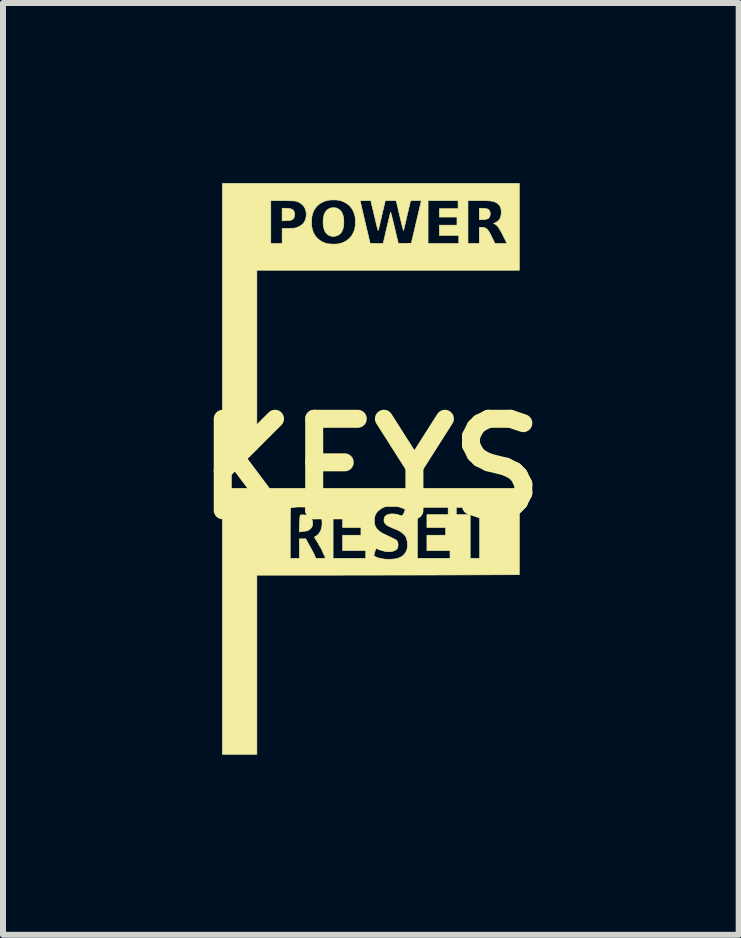
<source format=kicad_pcb>
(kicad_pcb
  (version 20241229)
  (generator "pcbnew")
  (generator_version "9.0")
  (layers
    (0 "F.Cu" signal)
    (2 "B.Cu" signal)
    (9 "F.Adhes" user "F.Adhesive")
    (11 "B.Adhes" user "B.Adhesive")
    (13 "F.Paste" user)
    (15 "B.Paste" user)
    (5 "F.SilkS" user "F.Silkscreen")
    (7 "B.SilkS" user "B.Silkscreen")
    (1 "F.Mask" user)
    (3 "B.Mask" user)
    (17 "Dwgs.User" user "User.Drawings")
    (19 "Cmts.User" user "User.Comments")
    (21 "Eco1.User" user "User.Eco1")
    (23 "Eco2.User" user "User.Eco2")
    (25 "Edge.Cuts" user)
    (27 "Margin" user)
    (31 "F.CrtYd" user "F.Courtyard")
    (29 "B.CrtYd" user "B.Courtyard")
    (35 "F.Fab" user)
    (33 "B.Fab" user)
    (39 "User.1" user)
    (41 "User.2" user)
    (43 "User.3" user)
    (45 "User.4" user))
  (footprint "KEYS"
    (layer "F.Cu")
    (at 3.128 4.761)
    (property "Reference" "KEYS" (at 0 0 0) (layer "F.SilkS") (effects (font (size 1.524 1.524) (thickness 0.3))))
    (attr through_hole)
    (fp_poly (pts (xy -1.409 -4.34) (xy -1.367 -4.338) (xy -1.335 -4.332) (xy -1.311 -4.323) (xy -1.294 -4.31) (xy -1.281 -4.292) (xy -1.273 -4.266) (xy -1.27 -4.235) (xy -1.274 -4.204) (xy -1.281 -4.183) (xy -1.294 -4.165) (xy -1.311 -4.152) (xy -1.335 -4.143) (xy -1.367 -4.137) (xy -1.409 -4.135) (xy -1.478 -4.132) (xy -1.478 -4.343) (xy -1.409 -4.34)) (stroke (width 0.01) (type solid)) (fill yes) (layer "F.SilkS"))
    (fp_poly (pts (xy 1.87 -4.34) (xy 1.908 -4.337) (xy 1.936 -4.332) (xy 1.956 -4.324) (xy 1.97 -4.311) (xy 1.98 -4.293) (xy 1.982 -4.288) (xy 1.989 -4.259) (xy 1.988 -4.228) (xy 1.98 -4.201) (xy 1.973 -4.189) (xy 1.96 -4.174) (xy 1.942 -4.164) (xy 1.918 -4.158) (xy 1.885 -4.154) (xy 1.867 -4.153) (xy 1.807 -4.151) (xy 1.807 -4.343) (xy 1.87 -4.34)) (stroke (width 0.01) (type solid)) (fill yes) (layer "F.SilkS"))
    (fp_poly (pts (xy -1.077 0.771) (xy -1.037 0.783) (xy -1.007 0.803) (xy -0.985 0.832) (xy -0.973 0.868) (xy -0.97 0.904) (xy -0.972 0.936) (xy -0.979 0.96) (xy -0.992 0.982) (xy -1.012 1.002) (xy -1.03 1.017) (xy -1.051 1.027) (xy -1.077 1.035) (xy -1.113 1.04) (xy -1.12 1.041) (xy -1.144 1.044) (xy -1.165 1.047) (xy -1.175 1.048) (xy -1.192 1.052) (xy -1.188 0.926) (xy -1.186 0.887) (xy -1.185 0.851) (xy -1.183 0.821) (xy -1.181 0.798) (xy -1.179 0.784) (xy -1.179 0.783) (xy -1.176 0.775) (xy -1.172 0.77) (xy -1.163 0.767) (xy -1.146 0.766) (xy -1.126 0.766) (xy -1.077 0.771)) (stroke (width 0.01) (type solid)) (fill yes) (layer "F.SilkS"))
    (fp_poly (pts (xy -0.596 -4.349) (xy -0.577 -4.346) (xy -0.559 -4.34) (xy -0.544 -4.332) (xy -0.51 -4.307) (xy -0.484 -4.273) (xy -0.465 -4.23) (xy -0.454 -4.178) (xy -0.45 -4.116) (xy -0.45 -4.112) (xy -0.453 -4.049) (xy -0.465 -3.996) (xy -0.483 -3.952) (xy -0.51 -3.918) (xy -0.542 -3.894) (xy -0.574 -3.881) (xy -0.61 -3.874) (xy -0.645 -3.874) (xy -0.664 -3.877) (xy -0.704 -3.893) (xy -0.737 -3.919) (xy -0.763 -3.954) (xy -0.781 -3.999) (xy -0.792 -4.053) (xy -0.796 -4.112) (xy -0.792 -4.175) (xy -0.781 -4.227) (xy -0.763 -4.27) (xy -0.738 -4.305) (xy -0.704 -4.33) (xy -0.702 -4.332) (xy -0.682 -4.342) (xy -0.664 -4.347) (xy -0.643 -4.35) (xy -0.623 -4.35) (xy -0.596 -4.349)) (stroke (width 0.01) (type solid)) (fill yes) (layer "F.SilkS"))
    (fp_poly (pts (xy 2.473 1.763) (xy 1.351 1.767) (xy 1.213 1.767) (xy 1.066 1.768) (xy 0.911 1.768) (xy 0.75 1.768) (xy 0.584 1.769) (xy 0.415 1.769) (xy 0.245 1.769) (xy 0.076 1.77) (xy -0.091 1.77) (xy -0.255 1.77) (xy -0.412 1.77) (xy -0.563 1.771) (xy -0.705 1.771) (xy -0.835 1.771) (xy -1.899 1.771) (xy -1.899 4.756) (xy -2.473 4.756) (xy -2.473 1.49) (xy -1.343 1.49) (xy -1.191 1.49) (xy -1.191 1.166) (xy -1.137 1.166) (xy -1.084 1.166) (xy -1.016 1.29) (xy -0.996 1.326) (xy -0.978 1.359) (xy -0.963 1.388) (xy -0.952 1.411) (xy -0.945 1.425) (xy -0.943 1.429) (xy -0.937 1.444) (xy -0.929 1.463) (xy -0.927 1.467) (xy -0.916 1.49) (xy -0.836 1.49) (xy -0.801 1.489) (xy -0.776 1.488) (xy -0.761 1.486) (xy -0.757 1.484) (xy -0.76 1.475) (xy -0.766 1.46) (xy -0.775 1.442) (xy -0.787 1.416) (xy -0.801 1.387) (xy -0.808 1.37) (xy -0.819 1.345) (xy -0.832 1.32) (xy -0.841 1.306) (xy -0.855 1.284) (xy -0.869 1.259) (xy -0.875 1.247) (xy -0.887 1.225) (xy -0.903 1.199) (xy -0.916 1.178) (xy -0.928 1.159) (xy -0.936 1.144) (xy -0.94 1.137) (xy -0.94 1.136) (xy -0.935 1.132) (xy -0.923 1.125) (xy -0.921 1.124) (xy -0.889 1.103) (xy -0.861 1.073) (xy -0.838 1.033) (xy -0.821 0.987) (xy -0.818 0.971) (xy -0.815 0.949) (xy -0.813 0.919) (xy -0.813 0.887) (xy -0.813 0.876) (xy -0.818 0.828) (xy -0.829 0.788) (xy -0.846 0.753) (xy -0.871 0.72) (xy -0.874 0.717) (xy -0.901 0.692) (xy -0.93 0.672) (xy -0.964 0.658) (xy -1.005 0.647) (xy -1.035 0.642) (xy -1.045 0.641) (xy -0.629 0.641) (xy -0.629 1.49) (xy -0.085 1.49) (xy -0.085 1.442) (xy 0.052 1.442) (xy 0.052 1.447) (xy 0.062 1.456) (xy 0.081 1.466) (xy 0.107 1.477) (xy 0.135 1.486) (xy 0.159 1.492) (xy 0.233 1.504) (xy 0.308 1.507) (xy 0.385 1.502) (xy 0.444 1.492) (xy 0.494 1.472) (xy 0.536 1.445) (xy 0.569 1.409) (xy 0.594 1.364) (xy 0.6 1.347) (xy 0.609 1.308) (xy 0.611 1.264) (xy 0.608 1.219) (xy 0.599 1.176) (xy 0.586 1.138) (xy 0.573 1.117) (xy 0.551 1.091) (xy 0.52 1.065) (xy 0.484 1.04) (xy 0.448 1.02) (xy 0.431 1.013) (xy 0.403 1.002) (xy 0.376 0.991) (xy 0.354 0.982) (xy 0.351 0.98) (xy 0.328 0.97) (xy 0.303 0.959) (xy 0.294 0.955) (xy 0.271 0.942) (xy 0.249 0.923) (xy 0.231 0.902) (xy 0.221 0.881) (xy 0.219 0.872) (xy 0.22 0.836) (xy 0.226 0.81) (xy 0.238 0.79) (xy 0.257 0.774) (xy 0.271 0.766) (xy 0.303 0.755) (xy 0.342 0.75) (xy 0.385 0.751) (xy 0.429 0.757) (xy 0.461 0.766) (xy 0.488 0.775) (xy 0.507 0.78) (xy 0.519 0.78) (xy 0.528 0.775) (xy 0.536 0.765) (xy 0.536 0.765) (xy 0.545 0.749) (xy 0.554 0.729) (xy 0.562 0.708) (xy 0.568 0.689) (xy 0.57 0.675) (xy 0.57 0.671) (xy 0.562 0.667) (xy 0.546 0.66) (xy 0.523 0.652) (xy 0.507 0.646) (xy 0.492 0.641) (xy 0.775 0.641) (xy 0.775 1.49) (xy 1.319 1.49) (xy 1.319 1.362) (xy 0.934 1.362) (xy 0.934 1.105) (xy 1.246 1.105) (xy 1.246 0.977) (xy 0.934 0.977) (xy 0.934 0.763) (xy 1.288 0.763) (xy 1.288 0.641) (xy 1.423 0.641) (xy 1.423 0.763) (xy 1.655 0.763) (xy 1.655 1.49) (xy 1.813 1.49) (xy 1.813 0.763) (xy 2.045 0.763) (xy 2.045 0.641) (xy 1.423 0.641) (xy 1.288 0.641) (xy 0.775 0.641) (xy 0.492 0.641) (xy 0.485 0.639) (xy 0.467 0.633) (xy 0.45 0.63) (xy 0.432 0.628) (xy 0.409 0.627) (xy 0.379 0.626) (xy 0.348 0.626) (xy 0.309 0.626) (xy 0.28 0.627) (xy 0.259 0.628) (xy 0.242 0.631) (xy 0.228 0.634) (xy 0.214 0.639) (xy 0.214 0.64) (xy 0.179 0.657) (xy 0.145 0.682) (xy 0.114 0.709) (xy 0.092 0.735) (xy 0.071 0.775) (xy 0.06 0.821) (xy 0.057 0.871) (xy 0.063 0.921) (xy 0.071 0.949) (xy 0.086 0.979) (xy 0.11 1.009) (xy 0.142 1.038) (xy 0.178 1.064) (xy 0.211 1.082) (xy 0.255 1.102) (xy 0.296 1.122) (xy 0.335 1.14) (xy 0.368 1.157) (xy 0.394 1.17) (xy 0.413 1.18) (xy 0.422 1.186) (xy 0.432 1.197) (xy 0.442 1.21) (xy 0.449 1.229) (xy 0.453 1.255) (xy 0.452 1.283) (xy 0.448 1.309) (xy 0.442 1.325) (xy 0.423 1.345) (xy 0.395 1.362) (xy 0.36 1.374) (xy 0.32 1.38) (xy 0.278 1.38) (xy 0.266 1.379) (xy 0.233 1.373) (xy 0.196 1.364) (xy 0.16 1.353) (xy 0.128 1.342) (xy 0.114 1.336) (xy 0.098 1.329) (xy 0.089 1.328) (xy 0.085 1.332) (xy 0.079 1.343) (xy 0.073 1.362) (xy 0.066 1.384) (xy 0.059 1.407) (xy 0.054 1.428) (xy 0.052 1.442) (xy -0.085 1.442) (xy -0.085 1.362) (xy -0.47 1.362) (xy -0.47 1.105) (xy -0.165 1.105) (xy -0.165 0.977) (xy -0.47 0.977) (xy -0.47 0.763) (xy -0.122 0.763) (xy -0.122 0.641) (xy -0.629 0.641) (xy -1.045 0.641) (xy -1.071 0.638) (xy -1.111 0.636) (xy -1.152 0.635) (xy -1.194 0.635) (xy -1.234 0.636) (xy -1.27 0.639) (xy -1.301 0.642) (xy -1.323 0.647) (xy -1.336 0.653) (xy -1.338 0.655) (xy -1.339 0.662) (xy -1.34 0.68) (xy -1.34 0.709) (xy -1.341 0.747) (xy -1.342 0.793) (xy -1.342 0.846) (xy -1.343 0.905) (xy -1.343 0.969) (xy -1.343 1.038) (xy -1.343 1.076) (xy -1.343 1.49) (xy -2.473 1.49) (xy -2.473 0.324) (xy 2.473 0.324) (xy 2.473 1.763)) (stroke (width 0.01) (type solid)) (fill yes) (layer "F.SilkS"))
    (fp_poly (pts (xy 2.473 -3.309) (xy -1.899 -3.309) (xy -1.899 -0.324) (xy -2.473 -0.324) (xy -2.473 -3.755) (xy -1.667 -3.755) (xy -1.478 -3.755) (xy -1.478 -4.004) (xy -1.369 -4.007) (xy -1.329 -4.008) (xy -1.298 -4.009) (xy -1.274 -4.011) (xy -1.256 -4.014) (xy -1.241 -4.018) (xy -1.226 -4.023) (xy -1.224 -4.024) (xy -1.174 -4.048) (xy -1.135 -4.078) (xy -1.108 -4.112) (xy -0.989 -4.112) (xy -0.986 -4.049) (xy -0.976 -3.992) (xy -0.958 -3.94) (xy -0.949 -3.921) (xy -0.918 -3.871) (xy -0.877 -3.828) (xy -0.829 -3.793) (xy -0.774 -3.766) (xy -0.727 -3.752) (xy -0.689 -3.747) (xy -0.644 -3.744) (xy -0.597 -3.744) (xy -0.553 -3.747) (xy -0.522 -3.752) (xy -0.461 -3.771) (xy -0.406 -3.8) (xy -0.359 -3.838) (xy -0.319 -3.884) (xy -0.289 -3.937) (xy -0.268 -3.997) (xy -0.266 -4.008) (xy -0.26 -4.049) (xy -0.257 -4.095) (xy -0.258 -4.144) (xy -0.261 -4.189) (xy -0.266 -4.216) (xy -0.284 -4.277) (xy -0.313 -4.332) (xy -0.351 -4.379) (xy -0.397 -4.419) (xy -0.451 -4.449) (xy -0.489 -4.463) (xy -0.177 -4.463) (xy -0.176 -4.455) (xy -0.172 -4.438) (xy -0.165 -4.41) (xy -0.157 -4.374) (xy -0.147 -4.33) (xy -0.135 -4.279) (xy -0.122 -4.223) (xy -0.108 -4.163) (xy -0.095 -4.108) (xy -0.08 -4.045) (xy -0.066 -3.985) (xy -0.053 -3.931) (xy -0.041 -3.881) (xy -0.031 -3.839) (xy -0.023 -3.804) (xy -0.017 -3.779) (xy -0.013 -3.763) (xy -0.012 -3.758) (xy -0.006 -3.757) (xy 0.01 -3.756) (xy 0.034 -3.756) (xy 0.065 -3.755) (xy 0.096 -3.755) (xy 0.205 -3.755) (xy 0.265 -4.013) (xy 0.278 -4.067) (xy 0.29 -4.118) (xy 0.301 -4.164) (xy 0.31 -4.203) (xy 0.318 -4.235) (xy 0.324 -4.259) (xy 0.328 -4.273) (xy 0.329 -4.275) (xy 0.331 -4.271) (xy 0.336 -4.255) (xy 0.343 -4.23) (xy 0.351 -4.197) (xy 0.362 -4.157) (xy 0.373 -4.111) (xy 0.385 -4.061) (xy 0.39 -4.04) (xy 0.403 -3.987) (xy 0.414 -3.937) (xy 0.425 -3.891) (xy 0.435 -3.851) (xy 0.443 -3.818) (xy 0.449 -3.794) (xy 0.452 -3.78) (xy 0.453 -3.778) (xy 0.458 -3.755) (xy 0.566 -3.756) (xy 0.674 -3.758) (xy 0.742 -4.048) (xy 0.756 -4.108) (xy 0.77 -4.167) (xy 0.783 -4.223) (xy 0.795 -4.274) (xy 0.806 -4.32) (xy 0.815 -4.358) (xy 0.822 -4.387) (xy 0.826 -4.404) (xy 0.841 -4.469) (xy 0.953 -4.469) (xy 0.953 -3.755) (xy 1.465 -3.755) (xy 1.618 -3.755) (xy 1.807 -3.755) (xy 1.807 -4.024) (xy 1.839 -4.024) (xy 1.869 -4.022) (xy 1.894 -4.018) (xy 1.916 -4.008) (xy 1.936 -3.993) (xy 1.955 -3.971) (xy 1.975 -3.941) (xy 1.996 -3.901) (xy 2.018 -3.857) (xy 2.067 -3.755) (xy 2.166 -3.755) (xy 2.199 -3.755) (xy 2.228 -3.756) (xy 2.25 -3.757) (xy 2.262 -3.758) (xy 2.265 -3.759) (xy 2.263 -3.765) (xy 2.255 -3.78) (xy 2.244 -3.804) (xy 2.229 -3.833) (xy 2.212 -3.867) (xy 2.201 -3.89) (xy 2.174 -3.942) (xy 2.15 -3.984) (xy 2.13 -4.017) (xy 2.112 -4.042) (xy 2.095 -4.06) (xy 2.079 -4.072) (xy 2.063 -4.08) (xy 2.044 -4.086) (xy 2.073 -4.1) (xy 2.111 -4.123) (xy 2.14 -4.152) (xy 2.159 -4.186) (xy 2.169 -4.228) (xy 2.172 -4.26) (xy 2.171 -4.31) (xy 2.163 -4.352) (xy 2.146 -4.386) (xy 2.12 -4.414) (xy 2.089 -4.435) (xy 2.071 -4.444) (xy 2.052 -4.451) (xy 2.031 -4.457) (xy 2.006 -4.462) (xy 1.977 -4.465) (xy 1.941 -4.467) (xy 1.897 -4.469) (xy 1.843 -4.469) (xy 1.797 -4.469) (xy 1.618 -4.469) (xy 1.618 -3.755) (xy 1.465 -3.755) (xy 1.465 -3.889) (xy 1.142 -3.889) (xy 1.142 -4.06) (xy 1.435 -4.06) (xy 1.435 -4.195) (xy 1.142 -4.195) (xy 1.142 -4.335) (xy 1.453 -4.335) (xy 1.453 -4.469) (xy 0.953 -4.469) (xy 0.841 -4.469) (xy 0.752 -4.469) (xy 0.662 -4.469) (xy 0.605 -4.224) (xy 0.592 -4.171) (xy 0.581 -4.121) (xy 0.57 -4.076) (xy 0.561 -4.038) (xy 0.553 -4.007) (xy 0.548 -3.985) (xy 0.544 -3.972) (xy 0.544 -3.971) (xy 0.542 -3.975) (xy 0.537 -3.99) (xy 0.531 -4.014) (xy 0.522 -4.047) (xy 0.512 -4.086) (xy 0.501 -4.132) (xy 0.489 -4.183) (xy 0.483 -4.209) (xy 0.47 -4.262) (xy 0.459 -4.311) (xy 0.448 -4.356) (xy 0.439 -4.394) (xy 0.432 -4.425) (xy 0.426 -4.448) (xy 0.423 -4.46) (xy 0.423 -4.462) (xy 0.418 -4.465) (xy 0.406 -4.467) (xy 0.384 -4.469) (xy 0.352 -4.469) (xy 0.33 -4.469) (xy 0.241 -4.469) (xy 0.183 -4.224) (xy 0.171 -4.171) (xy 0.159 -4.121) (xy 0.149 -4.076) (xy 0.14 -4.038) (xy 0.132 -4.007) (xy 0.126 -3.985) (xy 0.123 -3.972) (xy 0.123 -3.971) (xy 0.12 -3.974) (xy 0.116 -3.988) (xy 0.109 -4.011) (xy 0.101 -4.041) (xy 0.092 -4.077) (xy 0.086 -4.102) (xy 0.075 -4.151) (xy 0.062 -4.204) (xy 0.049 -4.258) (xy 0.037 -4.309) (xy 0.027 -4.352) (xy 0.026 -4.355) (xy -0.001 -4.469) (xy -0.089 -4.469) (xy -0.128 -4.469) (xy -0.155 -4.468) (xy -0.171 -4.466) (xy -0.177 -4.463) (xy -0.177 -4.463) (xy -0.489 -4.463) (xy -0.511 -4.47) (xy -0.522 -4.472) (xy -0.564 -4.479) (xy -0.613 -4.481) (xy -0.663 -4.48) (xy -0.708 -4.475) (xy -0.724 -4.472) (xy -0.783 -4.454) (xy -0.838 -4.426) (xy -0.885 -4.39) (xy -0.924 -4.345) (xy -0.949 -4.304) (xy -0.97 -4.253) (xy -0.983 -4.198) (xy -0.988 -4.138) (xy -0.989 -4.112) (xy -1.108 -4.112) (xy -1.106 -4.115) (xy -1.087 -4.159) (xy -1.077 -4.21) (xy -1.076 -4.215) (xy -1.077 -4.271) (xy -1.089 -4.322) (xy -1.111 -4.366) (xy -1.142 -4.403) (xy -1.184 -4.433) (xy -1.223 -4.451) (xy -1.233 -4.455) (xy -1.244 -4.458) (xy -1.255 -4.461) (xy -1.269 -4.463) (xy -1.287 -4.464) (xy -1.31 -4.465) (xy -1.34 -4.466) (xy -1.378 -4.467) (xy -1.426 -4.468) (xy -1.464 -4.468) (xy -1.667 -4.47) (xy -1.667 -3.755) (xy -2.473 -3.755) (xy -2.473 -4.756) (xy 2.473 -4.756) (xy 2.473 -3.309)) (stroke (width 0.01) (type solid)) (fill yes) (layer "F.SilkS")))
  (gr_rect
    (start -3 -3)
    (end 9.256 12.523)
    (stroke (width 0.1) (type default))
    (fill no)
    (layer "Edge.Cuts")))
</source>
